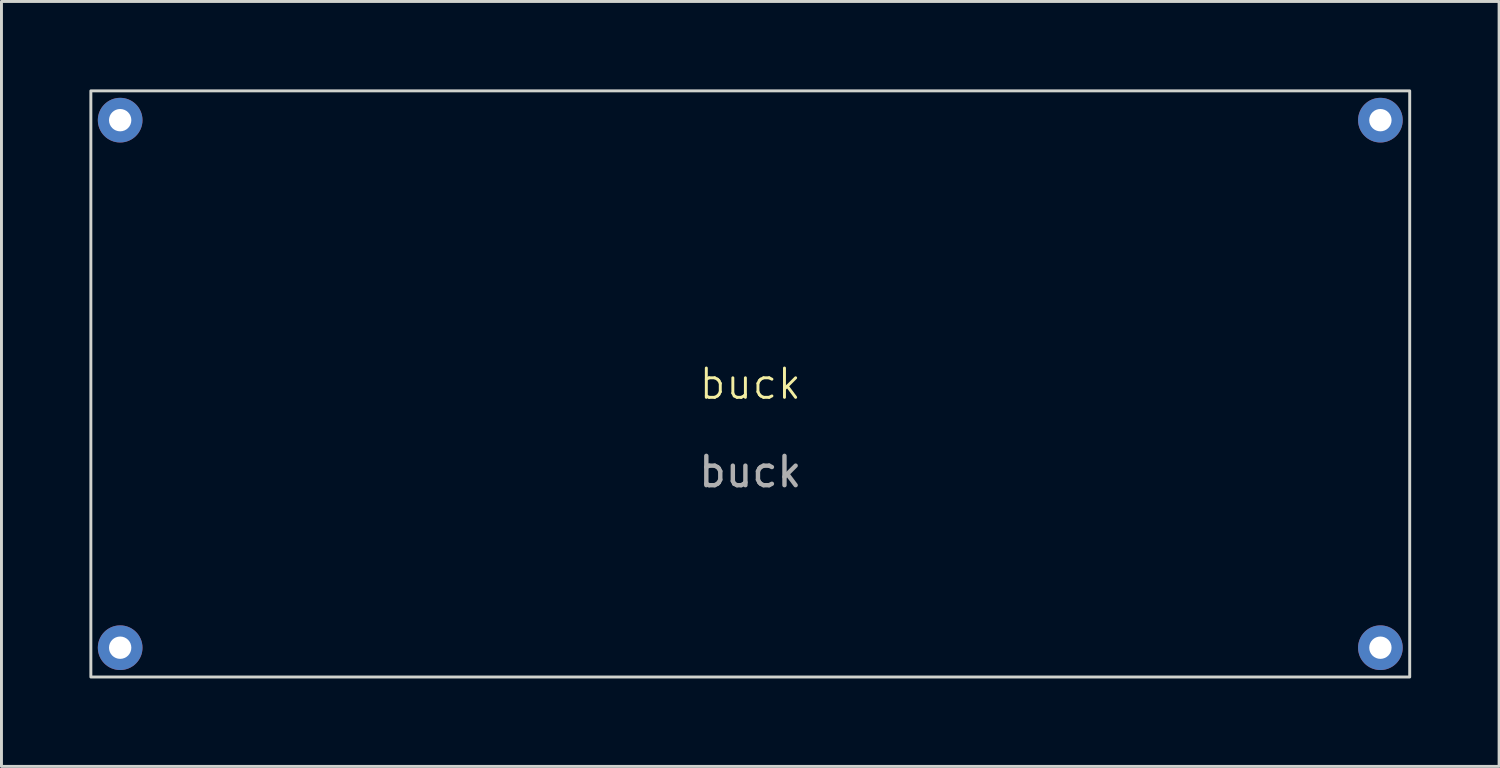
<source format=kicad_pcb>
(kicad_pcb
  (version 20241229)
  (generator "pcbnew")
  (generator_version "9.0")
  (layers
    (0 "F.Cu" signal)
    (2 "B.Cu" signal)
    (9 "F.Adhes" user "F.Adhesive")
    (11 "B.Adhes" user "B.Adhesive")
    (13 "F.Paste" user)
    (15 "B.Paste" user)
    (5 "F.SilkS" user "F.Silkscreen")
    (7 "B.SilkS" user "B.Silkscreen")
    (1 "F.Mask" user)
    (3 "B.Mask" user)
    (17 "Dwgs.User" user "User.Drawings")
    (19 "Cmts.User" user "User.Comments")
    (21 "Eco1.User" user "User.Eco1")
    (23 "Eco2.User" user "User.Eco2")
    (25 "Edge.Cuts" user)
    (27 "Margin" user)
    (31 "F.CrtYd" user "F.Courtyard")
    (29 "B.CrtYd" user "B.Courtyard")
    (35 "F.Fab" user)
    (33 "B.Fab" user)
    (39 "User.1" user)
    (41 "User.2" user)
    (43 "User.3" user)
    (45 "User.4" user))
  (footprint "buck"
    (layer "F.Cu")
    (at 22.55 10.55)
    (property "Reference" "buck" (at 0 -0.5 0) (unlocked yes) (layer "F.SilkS") (effects (font (size 1 1) (thickness 0.1))))
    (attr through_hole)
    (fp_rect (start -22.5 -10.5) (end 22.5 9.5) (stroke (width 0.1) (type default)) (fill no) (layer "Edge.Cuts"))
    (fp_text user "vin" (at -20 -9 0) (unlocked yes) (layer "Edge.Cuts") (effects (font (size 1 1) (thickness 0.15)) (justify left bottom)))
    (fp_text user "${REFERENCE}" (at 0 2.5 0) (unlocked yes) (layer "F.Fab") (effects (font (size 1 1) (thickness 0.15))))
    (pad "1" thru_hole circle (at -21.5 -9.5) (size 1.524 1.524) (drill 0.762) (layers "*.Cu" "*.Mask"))
    (pad "2" thru_hole circle (at -21.5 8.5) (size 1.524 1.524) (drill 0.762) (layers "*.Cu" "*.Mask"))
    (pad "3" thru_hole circle (at 21.5 -9.5) (size 1.524 1.524) (drill 0.762) (layers "*.Cu" "*.Mask"))
    (pad "4" thru_hole circle (at 21.5 8.5) (size 1.524 1.524) (drill 0.762) (layers "*.Cu" "*.Mask")))
  (gr_rect
    (start -3 -3)
    (end 48.1 23.1)
    (stroke (width 0.1) (type default))
    (fill no)
    (layer "Edge.Cuts")))
</source>
